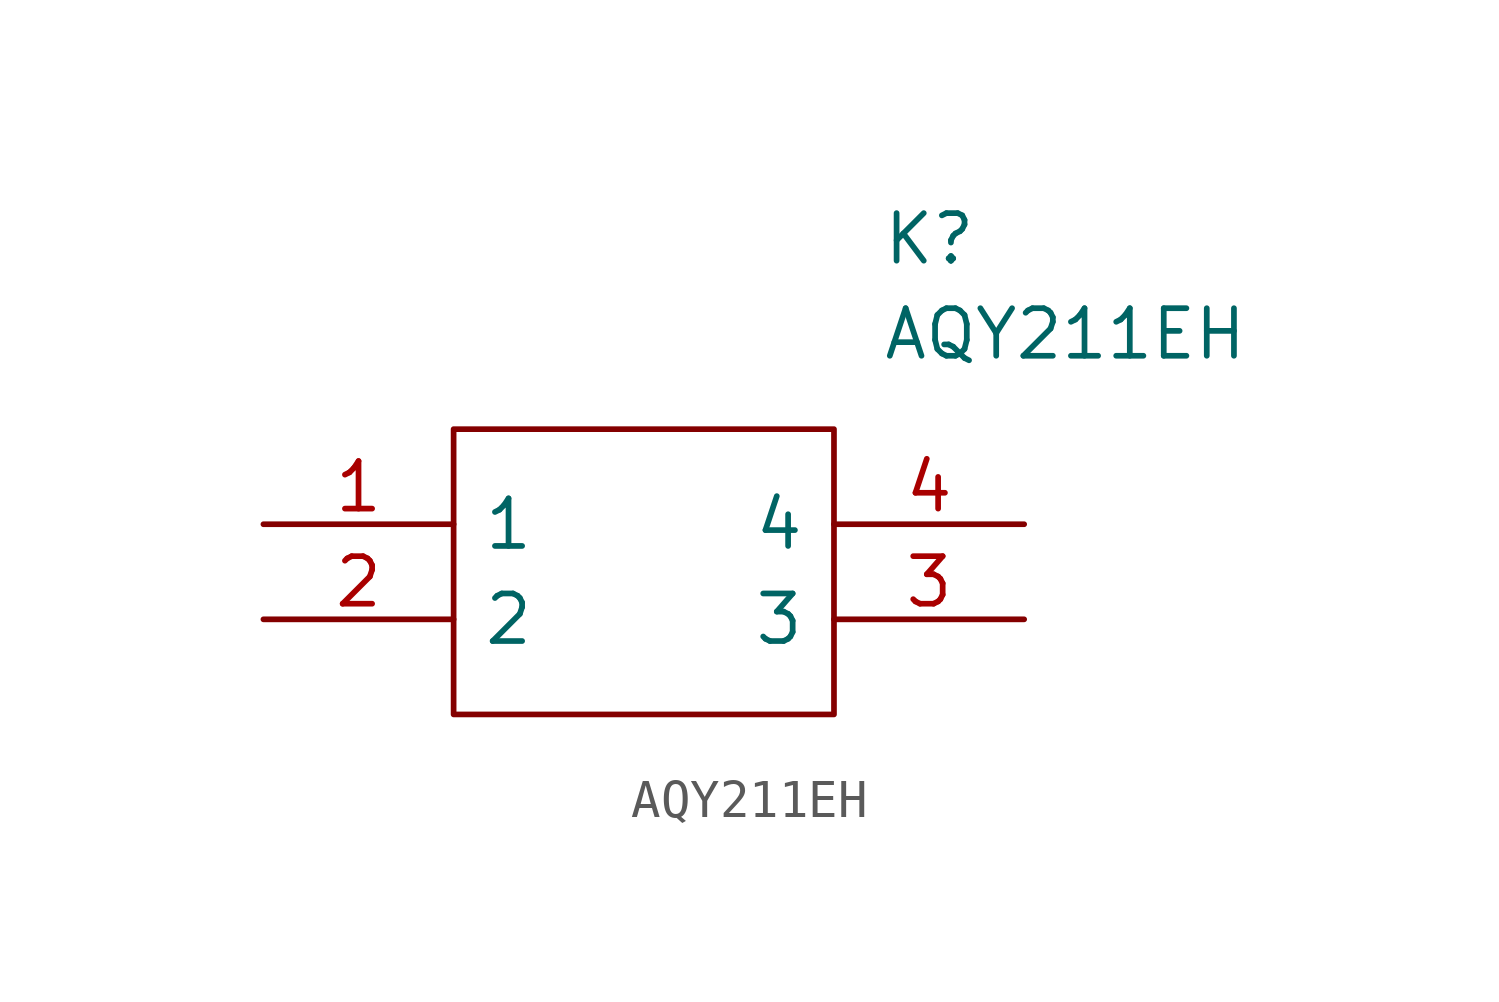
<source format=kicad_sym>
(kicad_symbol_lib
  (version 20211014)
  (generator kicad_symbol_editor)
  (symbol "AQY211EH"
    (pin_names
      (offset 0.762))
    (property "Reference" "K"
      (at 16.51 7.62 0)
      (effects (font (size 1.27 1.27)) (justify left)))
    (property "Value" "AQY211EH"
      (at 16.51 5.08 0)
      (effects (font (size 1.27 1.27)) (justify left)))
    (symbol "AQY211EH_0_0"
      (pin passive line (at 0 0 0) (length 5.08) (name "1" (effects (font (size 1.27 1.27)))) (number "1" (effects (font (size 1.27 1.27)))))
      (pin passive line (at 0 -2.54 0) (length 5.08) (name "2" (effects (font (size 1.27 1.27)))) (number "2" (effects (font (size 1.27 1.27)))))
      (pin passive line (at 20.32 -2.54 180) (length 5.08) (name "3" (effects (font (size 1.27 1.27)))) (number "3" (effects (font (size 1.27 1.27)))))
      (pin passive line (at 20.32 0 180) (length 5.08) (name "4" (effects (font (size 1.27 1.27)))) (number "4" (effects (font (size 1.27 1.27))))))
    (symbol "AQY211EH_0_1"
      (polyline (pts (xy 5.08 2.54) (xy 15.24 2.54) (xy 15.24 -5.08) (xy 5.08 -5.08) (xy 5.08 2.54)) (stroke (width 0.152) (type default) (color 0 0 0 0)) (fill (type none))))))
</source>
